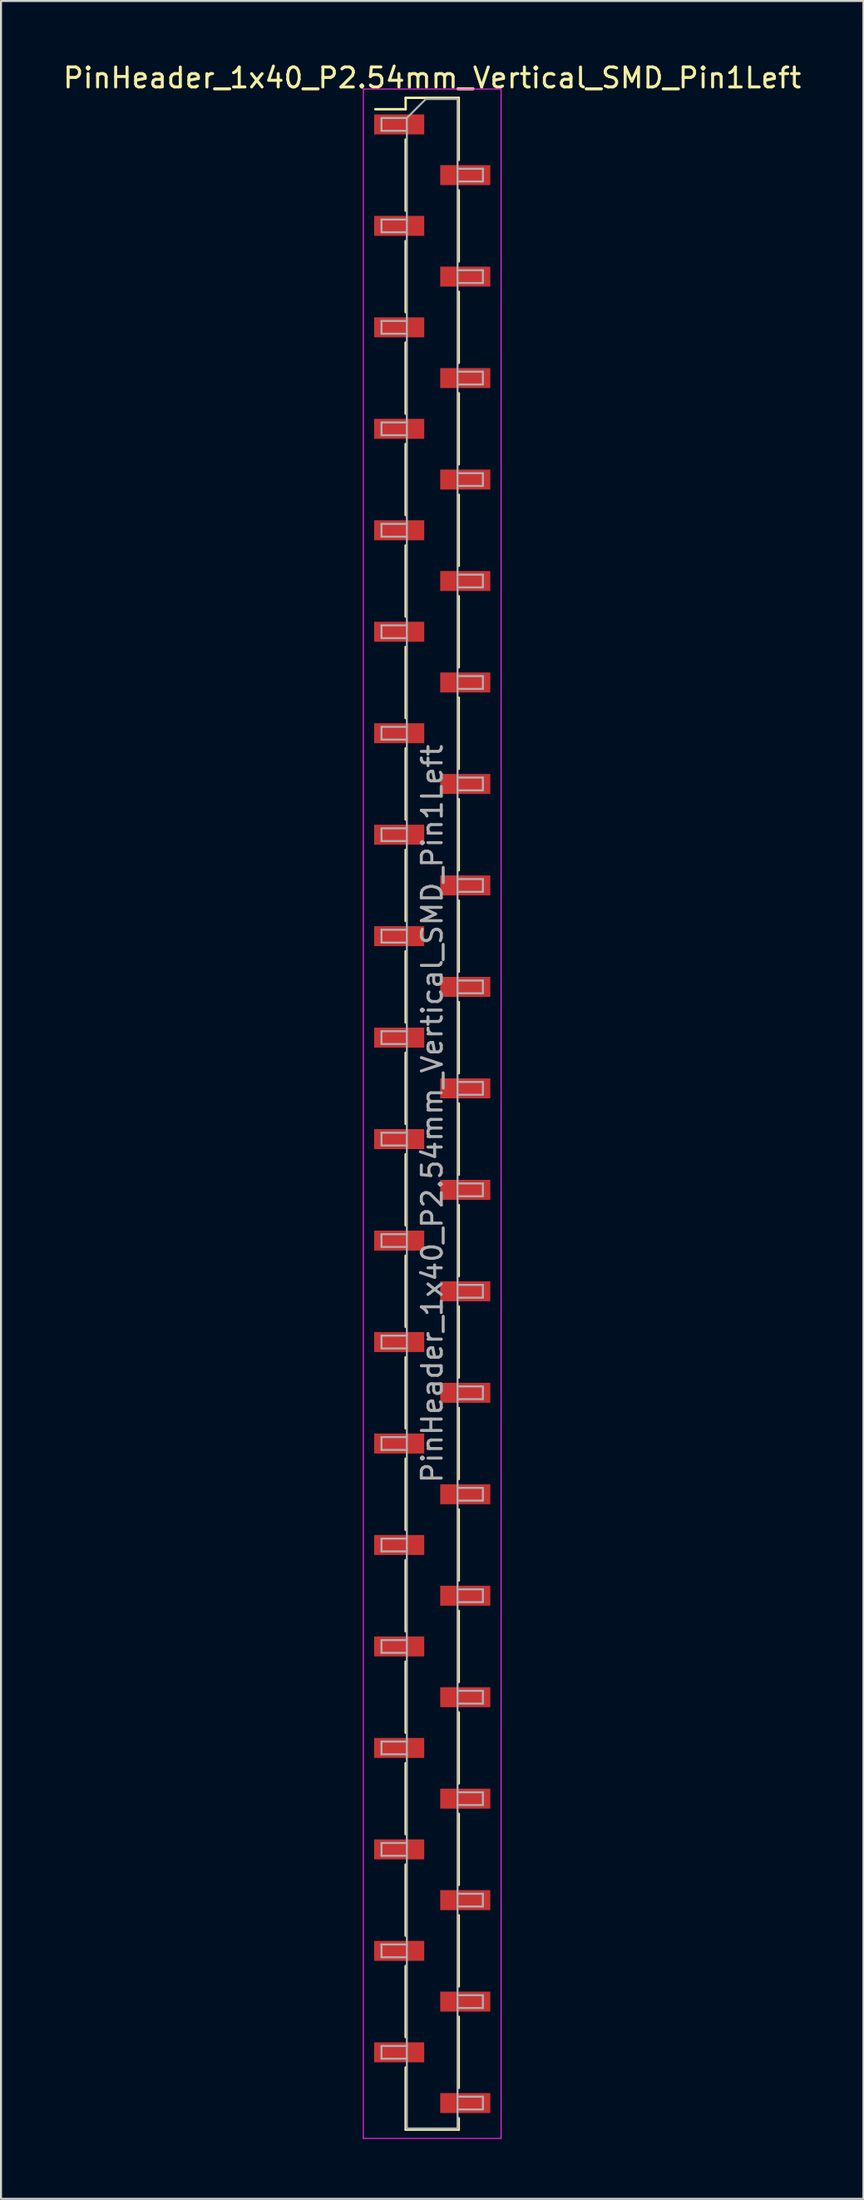
<source format=kicad_pcb>
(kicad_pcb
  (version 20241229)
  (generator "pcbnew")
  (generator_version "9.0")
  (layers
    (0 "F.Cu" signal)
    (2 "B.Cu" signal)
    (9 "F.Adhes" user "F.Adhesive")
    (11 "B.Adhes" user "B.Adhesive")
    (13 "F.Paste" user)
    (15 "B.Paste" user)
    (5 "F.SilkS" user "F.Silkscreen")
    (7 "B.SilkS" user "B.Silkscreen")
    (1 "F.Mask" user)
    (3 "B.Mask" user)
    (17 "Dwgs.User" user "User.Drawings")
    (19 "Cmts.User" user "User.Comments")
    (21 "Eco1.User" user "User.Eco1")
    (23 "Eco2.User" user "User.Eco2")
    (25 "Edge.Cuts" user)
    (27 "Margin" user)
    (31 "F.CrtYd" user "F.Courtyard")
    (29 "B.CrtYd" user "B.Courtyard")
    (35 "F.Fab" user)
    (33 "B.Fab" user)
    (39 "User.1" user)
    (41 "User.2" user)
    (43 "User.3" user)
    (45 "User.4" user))
  (footprint "PinHeader_1x40_P2.54mm_Vertical_SMD_Pin1Left"
    (layer "F.Cu")
    (at 18.601 52.708)
    (property "Reference" "PinHeader_1x40_P2.54mm_Vertical_SMD_Pin1Left" (at 0 -51.86 0) (layer "F.SilkS") (effects (font (size 1 1) (thickness 0.15))))
    (attr smd)
    (fp_line (start -1.33 -50.86) (end -1.33 -50.29) (stroke (width 0.12) (type solid)) (layer "F.SilkS"))
    (fp_line (start -1.33 -50.86) (end 1.33 -50.86) (stroke (width 0.12) (type solid)) (layer "F.SilkS"))
    (fp_line (start -1.33 -50.29) (end -2.85 -50.29) (stroke (width 0.12) (type solid)) (layer "F.SilkS"))
    (fp_line (start -1.33 -48.77) (end -1.33 -45.21) (stroke (width 0.12) (type solid)) (layer "F.SilkS"))
    (fp_line (start -1.33 -43.69) (end -1.33 -40.13) (stroke (width 0.12) (type solid)) (layer "F.SilkS"))
    (fp_line (start -1.33 -38.61) (end -1.33 -35.05) (stroke (width 0.12) (type solid)) (layer "F.SilkS"))
    (fp_line (start -1.33 -33.53) (end -1.33 -29.97) (stroke (width 0.12) (type solid)) (layer "F.SilkS"))
    (fp_line (start -1.33 -28.45) (end -1.33 -24.89) (stroke (width 0.12) (type solid)) (layer "F.SilkS"))
    (fp_line (start -1.33 -23.37) (end -1.33 -19.81) (stroke (width 0.12) (type solid)) (layer "F.SilkS"))
    (fp_line (start -1.33 -18.29) (end -1.33 -14.73) (stroke (width 0.12) (type solid)) (layer "F.SilkS"))
    (fp_line (start -1.33 -13.21) (end -1.33 -9.65) (stroke (width 0.12) (type solid)) (layer "F.SilkS"))
    (fp_line (start -1.33 -8.13) (end -1.33 -4.57) (stroke (width 0.12) (type solid)) (layer "F.SilkS"))
    (fp_line (start -1.33 -3.05) (end -1.33 0.51) (stroke (width 0.12) (type solid)) (layer "F.SilkS"))
    (fp_line (start -1.33 2.03) (end -1.33 5.59) (stroke (width 0.12) (type solid)) (layer "F.SilkS"))
    (fp_line (start -1.33 7.11) (end -1.33 10.67) (stroke (width 0.12) (type solid)) (layer "F.SilkS"))
    (fp_line (start -1.33 12.19) (end -1.33 15.75) (stroke (width 0.12) (type solid)) (layer "F.SilkS"))
    (fp_line (start -1.33 17.27) (end -1.33 20.83) (stroke (width 0.12) (type solid)) (layer "F.SilkS"))
    (fp_line (start -1.33 22.35) (end -1.33 25.91) (stroke (width 0.12) (type solid)) (layer "F.SilkS"))
    (fp_line (start -1.33 27.43) (end -1.33 30.99) (stroke (width 0.12) (type solid)) (layer "F.SilkS"))
    (fp_line (start -1.33 32.51) (end -1.33 36.07) (stroke (width 0.12) (type solid)) (layer "F.SilkS"))
    (fp_line (start -1.33 37.59) (end -1.33 41.15) (stroke (width 0.12) (type solid)) (layer "F.SilkS"))
    (fp_line (start -1.33 42.67) (end -1.33 46.23) (stroke (width 0.12) (type solid)) (layer "F.SilkS"))
    (fp_line (start -1.33 47.75) (end -1.33 50.86) (stroke (width 0.12) (type solid)) (layer "F.SilkS"))
    (fp_line (start -1.33 50.86) (end 1.33 50.86) (stroke (width 0.12) (type solid)) (layer "F.SilkS"))
    (fp_line (start 1.33 -50.86) (end 1.33 -47.75) (stroke (width 0.12) (type solid)) (layer "F.SilkS"))
    (fp_line (start 1.33 -46.23) (end 1.33 -42.67) (stroke (width 0.12) (type solid)) (layer "F.SilkS"))
    (fp_line (start 1.33 -41.15) (end 1.33 -37.59) (stroke (width 0.12) (type solid)) (layer "F.SilkS"))
    (fp_line (start 1.33 -36.07) (end 1.33 -32.51) (stroke (width 0.12) (type solid)) (layer "F.SilkS"))
    (fp_line (start 1.33 -30.99) (end 1.33 -27.43) (stroke (width 0.12) (type solid)) (layer "F.SilkS"))
    (fp_line (start 1.33 -25.91) (end 1.33 -22.35) (stroke (width 0.12) (type solid)) (layer "F.SilkS"))
    (fp_line (start 1.33 -20.83) (end 1.33 -17.27) (stroke (width 0.12) (type solid)) (layer "F.SilkS"))
    (fp_line (start 1.33 -15.75) (end 1.33 -12.19) (stroke (width 0.12) (type solid)) (layer "F.SilkS"))
    (fp_line (start 1.33 -10.67) (end 1.33 -7.11) (stroke (width 0.12) (type solid)) (layer "F.SilkS"))
    (fp_line (start 1.33 -5.59) (end 1.33 -2.03) (stroke (width 0.12) (type solid)) (layer "F.SilkS"))
    (fp_line (start 1.33 -0.51) (end 1.33 3.05) (stroke (width 0.12) (type solid)) (layer "F.SilkS"))
    (fp_line (start 1.33 4.57) (end 1.33 8.13) (stroke (width 0.12) (type solid)) (layer "F.SilkS"))
    (fp_line (start 1.33 9.65) (end 1.33 13.21) (stroke (width 0.12) (type solid)) (layer "F.SilkS"))
    (fp_line (start 1.33 14.73) (end 1.33 18.29) (stroke (width 0.12) (type solid)) (layer "F.SilkS"))
    (fp_line (start 1.33 19.81) (end 1.33 23.37) (stroke (width 0.12) (type solid)) (layer "F.SilkS"))
    (fp_line (start 1.33 24.89) (end 1.33 28.45) (stroke (width 0.12) (type solid)) (layer "F.SilkS"))
    (fp_line (start 1.33 29.97) (end 1.33 33.53) (stroke (width 0.12) (type solid)) (layer "F.SilkS"))
    (fp_line (start 1.33 35.05) (end 1.33 38.61) (stroke (width 0.12) (type solid)) (layer "F.SilkS"))
    (fp_line (start 1.33 40.13) (end 1.33 43.69) (stroke (width 0.12) (type solid)) (layer "F.SilkS"))
    (fp_line (start 1.33 45.21) (end 1.33 48.77) (stroke (width 0.12) (type solid)) (layer "F.SilkS"))
    (fp_line (start 1.33 50.29) (end 1.33 50.86) (stroke (width 0.12) (type solid)) (layer "F.SilkS"))
    (fp_line (start -3.45 -51.3) (end -3.45 51.3) (stroke (width 0.05) (type solid)) (layer "F.CrtYd"))
    (fp_line (start -3.45 51.3) (end 3.45 51.3) (stroke (width 0.05) (type solid)) (layer "F.CrtYd"))
    (fp_line (start 3.45 -51.3) (end -3.45 -51.3) (stroke (width 0.05) (type solid)) (layer "F.CrtYd"))
    (fp_line (start 3.45 51.3) (end 3.45 -51.3) (stroke (width 0.05) (type solid)) (layer "F.CrtYd"))
    (fp_line (start -2.54 -49.85) (end -2.54 -49.21) (stroke (width 0.1) (type solid)) (layer "F.Fab"))
    (fp_line (start -2.54 -49.21) (end -1.27 -49.21) (stroke (width 0.1) (type solid)) (layer "F.Fab"))
    (fp_line (start -2.54 -44.77) (end -2.54 -44.13) (stroke (width 0.1) (type solid)) (layer "F.Fab"))
    (fp_line (start -2.54 -44.13) (end -1.27 -44.13) (stroke (width 0.1) (type solid)) (layer "F.Fab"))
    (fp_line (start -2.54 -39.69) (end -2.54 -39.05) (stroke (width 0.1) (type solid)) (layer "F.Fab"))
    (fp_line (start -2.54 -39.05) (end -1.27 -39.05) (stroke (width 0.1) (type solid)) (layer "F.Fab"))
    (fp_line (start -2.54 -34.61) (end -2.54 -33.97) (stroke (width 0.1) (type solid)) (layer "F.Fab"))
    (fp_line (start -2.54 -33.97) (end -1.27 -33.97) (stroke (width 0.1) (type solid)) (layer "F.Fab"))
    (fp_line (start -2.54 -29.53) (end -2.54 -28.89) (stroke (width 0.1) (type solid)) (layer "F.Fab"))
    (fp_line (start -2.54 -28.89) (end -1.27 -28.89) (stroke (width 0.1) (type solid)) (layer "F.Fab"))
    (fp_line (start -2.54 -24.45) (end -2.54 -23.81) (stroke (width 0.1) (type solid)) (layer "F.Fab"))
    (fp_line (start -2.54 -23.81) (end -1.27 -23.81) (stroke (width 0.1) (type solid)) (layer "F.Fab"))
    (fp_line (start -2.54 -19.37) (end -2.54 -18.73) (stroke (width 0.1) (type solid)) (layer "F.Fab"))
    (fp_line (start -2.54 -18.73) (end -1.27 -18.73) (stroke (width 0.1) (type solid)) (layer "F.Fab"))
    (fp_line (start -2.54 -14.29) (end -2.54 -13.65) (stroke (width 0.1) (type solid)) (layer "F.Fab"))
    (fp_line (start -2.54 -13.65) (end -1.27 -13.65) (stroke (width 0.1) (type solid)) (layer "F.Fab"))
    (fp_line (start -2.54 -9.21) (end -2.54 -8.57) (stroke (width 0.1) (type solid)) (layer "F.Fab"))
    (fp_line (start -2.54 -8.57) (end -1.27 -8.57) (stroke (width 0.1) (type solid)) (layer "F.Fab"))
    (fp_line (start -2.54 -4.13) (end -2.54 -3.49) (stroke (width 0.1) (type solid)) (layer "F.Fab"))
    (fp_line (start -2.54 -3.49) (end -1.27 -3.49) (stroke (width 0.1) (type solid)) (layer "F.Fab"))
    (fp_line (start -2.54 0.95) (end -2.54 1.59) (stroke (width 0.1) (type solid)) (layer "F.Fab"))
    (fp_line (start -2.54 1.59) (end -1.27 1.59) (stroke (width 0.1) (type solid)) (layer "F.Fab"))
    (fp_line (start -2.54 6.03) (end -2.54 6.67) (stroke (width 0.1) (type solid)) (layer "F.Fab"))
    (fp_line (start -2.54 6.67) (end -1.27 6.67) (stroke (width 0.1) (type solid)) (layer "F.Fab"))
    (fp_line (start -2.54 11.11) (end -2.54 11.75) (stroke (width 0.1) (type solid)) (layer "F.Fab"))
    (fp_line (start -2.54 11.75) (end -1.27 11.75) (stroke (width 0.1) (type solid)) (layer "F.Fab"))
    (fp_line (start -2.54 16.19) (end -2.54 16.83) (stroke (width 0.1) (type solid)) (layer "F.Fab"))
    (fp_line (start -2.54 16.83) (end -1.27 16.83) (stroke (width 0.1) (type solid)) (layer "F.Fab"))
    (fp_line (start -2.54 21.27) (end -2.54 21.91) (stroke (width 0.1) (type solid)) (layer "F.Fab"))
    (fp_line (start -2.54 21.91) (end -1.27 21.91) (stroke (width 0.1) (type solid)) (layer "F.Fab"))
    (fp_line (start -2.54 26.35) (end -2.54 26.99) (stroke (width 0.1) (type solid)) (layer "F.Fab"))
    (fp_line (start -2.54 26.99) (end -1.27 26.99) (stroke (width 0.1) (type solid)) (layer "F.Fab"))
    (fp_line (start -2.54 31.43) (end -2.54 32.07) (stroke (width 0.1) (type solid)) (layer "F.Fab"))
    (fp_line (start -2.54 32.07) (end -1.27 32.07) (stroke (width 0.1) (type solid)) (layer "F.Fab"))
    (fp_line (start -2.54 36.51) (end -2.54 37.15) (stroke (width 0.1) (type solid)) (layer "F.Fab"))
    (fp_line (start -2.54 37.15) (end -1.27 37.15) (stroke (width 0.1) (type solid)) (layer "F.Fab"))
    (fp_line (start -2.54 41.59) (end -2.54 42.23) (stroke (width 0.1) (type solid)) (layer "F.Fab"))
    (fp_line (start -2.54 42.23) (end -1.27 42.23) (stroke (width 0.1) (type solid)) (layer "F.Fab"))
    (fp_line (start -2.54 46.67) (end -2.54 47.31) (stroke (width 0.1) (type solid)) (layer "F.Fab"))
    (fp_line (start -2.54 47.31) (end -1.27 47.31) (stroke (width 0.1) (type solid)) (layer "F.Fab"))
    (fp_line (start -1.27 -49.85) (end -2.54 -49.85) (stroke (width 0.1) (type solid)) (layer "F.Fab"))
    (fp_line (start -1.27 -49.85) (end -0.32 -50.8) (stroke (width 0.1) (type solid)) (layer "F.Fab"))
    (fp_line (start -1.27 -44.77) (end -2.54 -44.77) (stroke (width 0.1) (type solid)) (layer "F.Fab"))
    (fp_line (start -1.27 -39.69) (end -2.54 -39.69) (stroke (width 0.1) (type solid)) (layer "F.Fab"))
    (fp_line (start -1.27 -34.61) (end -2.54 -34.61) (stroke (width 0.1) (type solid)) (layer "F.Fab"))
    (fp_line (start -1.27 -29.53) (end -2.54 -29.53) (stroke (width 0.1) (type solid)) (layer "F.Fab"))
    (fp_line (start -1.27 -24.45) (end -2.54 -24.45) (stroke (width 0.1) (type solid)) (layer "F.Fab"))
    (fp_line (start -1.27 -19.37) (end -2.54 -19.37) (stroke (width 0.1) (type solid)) (layer "F.Fab"))
    (fp_line (start -1.27 -14.29) (end -2.54 -14.29) (stroke (width 0.1) (type solid)) (layer "F.Fab"))
    (fp_line (start -1.27 -9.21) (end -2.54 -9.21) (stroke (width 0.1) (type solid)) (layer "F.Fab"))
    (fp_line (start -1.27 -4.13) (end -2.54 -4.13) (stroke (width 0.1) (type solid)) (layer "F.Fab"))
    (fp_line (start -1.27 0.95) (end -2.54 0.95) (stroke (width 0.1) (type solid)) (layer "F.Fab"))
    (fp_line (start -1.27 6.03) (end -2.54 6.03) (stroke (width 0.1) (type solid)) (layer "F.Fab"))
    (fp_line (start -1.27 11.11) (end -2.54 11.11) (stroke (width 0.1) (type solid)) (layer "F.Fab"))
    (fp_line (start -1.27 16.19) (end -2.54 16.19) (stroke (width 0.1) (type solid)) (layer "F.Fab"))
    (fp_line (start -1.27 21.27) (end -2.54 21.27) (stroke (width 0.1) (type solid)) (layer "F.Fab"))
    (fp_line (start -1.27 26.35) (end -2.54 26.35) (stroke (width 0.1) (type solid)) (layer "F.Fab"))
    (fp_line (start -1.27 31.43) (end -2.54 31.43) (stroke (width 0.1) (type solid)) (layer "F.Fab"))
    (fp_line (start -1.27 36.51) (end -2.54 36.51) (stroke (width 0.1) (type solid)) (layer "F.Fab"))
    (fp_line (start -1.27 41.59) (end -2.54 41.59) (stroke (width 0.1) (type solid)) (layer "F.Fab"))
    (fp_line (start -1.27 46.67) (end -2.54 46.67) (stroke (width 0.1) (type solid)) (layer "F.Fab"))
    (fp_line (start -1.27 50.8) (end -1.27 -49.85) (stroke (width 0.1) (type solid)) (layer "F.Fab"))
    (fp_line (start -0.32 -50.8) (end 1.27 -50.8) (stroke (width 0.1) (type solid)) (layer "F.Fab"))
    (fp_line (start 1.27 -50.8) (end 1.27 50.8) (stroke (width 0.1) (type solid)) (layer "F.Fab"))
    (fp_line (start 1.27 -47.31) (end 2.54 -47.31) (stroke (width 0.1) (type solid)) (layer "F.Fab"))
    (fp_line (start 1.27 -42.23) (end 2.54 -42.23) (stroke (width 0.1) (type solid)) (layer "F.Fab"))
    (fp_line (start 1.27 -37.15) (end 2.54 -37.15) (stroke (width 0.1) (type solid)) (layer "F.Fab"))
    (fp_line (start 1.27 -32.07) (end 2.54 -32.07) (stroke (width 0.1) (type solid)) (layer "F.Fab"))
    (fp_line (start 1.27 -26.99) (end 2.54 -26.99) (stroke (width 0.1) (type solid)) (layer "F.Fab"))
    (fp_line (start 1.27 -21.91) (end 2.54 -21.91) (stroke (width 0.1) (type solid)) (layer "F.Fab"))
    (fp_line (start 1.27 -16.83) (end 2.54 -16.83) (stroke (width 0.1) (type solid)) (layer "F.Fab"))
    (fp_line (start 1.27 -11.75) (end 2.54 -11.75) (stroke (width 0.1) (type solid)) (layer "F.Fab"))
    (fp_line (start 1.27 -6.67) (end 2.54 -6.67) (stroke (width 0.1) (type solid)) (layer "F.Fab"))
    (fp_line (start 1.27 -1.59) (end 2.54 -1.59) (stroke (width 0.1) (type solid)) (layer "F.Fab"))
    (fp_line (start 1.27 3.49) (end 2.54 3.49) (stroke (width 0.1) (type solid)) (layer "F.Fab"))
    (fp_line (start 1.27 8.57) (end 2.54 8.57) (stroke (width 0.1) (type solid)) (layer "F.Fab"))
    (fp_line (start 1.27 13.65) (end 2.54 13.65) (stroke (width 0.1) (type solid)) (layer "F.Fab"))
    (fp_line (start 1.27 18.73) (end 2.54 18.73) (stroke (width 0.1) (type solid)) (layer "F.Fab"))
    (fp_line (start 1.27 23.81) (end 2.54 23.81) (stroke (width 0.1) (type solid)) (layer "F.Fab"))
    (fp_line (start 1.27 28.89) (end 2.54 28.89) (stroke (width 0.1) (type solid)) (layer "F.Fab"))
    (fp_line (start 1.27 33.97) (end 2.54 33.97) (stroke (width 0.1) (type solid)) (layer "F.Fab"))
    (fp_line (start 1.27 39.05) (end 2.54 39.05) (stroke (width 0.1) (type solid)) (layer "F.Fab"))
    (fp_line (start 1.27 44.13) (end 2.54 44.13) (stroke (width 0.1) (type solid)) (layer "F.Fab"))
    (fp_line (start 1.27 49.21) (end 2.54 49.21) (stroke (width 0.1) (type solid)) (layer "F.Fab"))
    (fp_line (start 1.27 50.8) (end -1.27 50.8) (stroke (width 0.1) (type solid)) (layer "F.Fab"))
    (fp_line (start 2.54 -47.31) (end 2.54 -46.67) (stroke (width 0.1) (type solid)) (layer "F.Fab"))
    (fp_line (start 2.54 -46.67) (end 1.27 -46.67) (stroke (width 0.1) (type solid)) (layer "F.Fab"))
    (fp_line (start 2.54 -42.23) (end 2.54 -41.59) (stroke (width 0.1) (type solid)) (layer "F.Fab"))
    (fp_line (start 2.54 -41.59) (end 1.27 -41.59) (stroke (width 0.1) (type solid)) (layer "F.Fab"))
    (fp_line (start 2.54 -37.15) (end 2.54 -36.51) (stroke (width 0.1) (type solid)) (layer "F.Fab"))
    (fp_line (start 2.54 -36.51) (end 1.27 -36.51) (stroke (width 0.1) (type solid)) (layer "F.Fab"))
    (fp_line (start 2.54 -32.07) (end 2.54 -31.43) (stroke (width 0.1) (type solid)) (layer "F.Fab"))
    (fp_line (start 2.54 -31.43) (end 1.27 -31.43) (stroke (width 0.1) (type solid)) (layer "F.Fab"))
    (fp_line (start 2.54 -26.99) (end 2.54 -26.35) (stroke (width 0.1) (type solid)) (layer "F.Fab"))
    (fp_line (start 2.54 -26.35) (end 1.27 -26.35) (stroke (width 0.1) (type solid)) (layer "F.Fab"))
    (fp_line (start 2.54 -21.91) (end 2.54 -21.27) (stroke (width 0.1) (type solid)) (layer "F.Fab"))
    (fp_line (start 2.54 -21.27) (end 1.27 -21.27) (stroke (width 0.1) (type solid)) (layer "F.Fab"))
    (fp_line (start 2.54 -16.83) (end 2.54 -16.19) (stroke (width 0.1) (type solid)) (layer "F.Fab"))
    (fp_line (start 2.54 -16.19) (end 1.27 -16.19) (stroke (width 0.1) (type solid)) (layer "F.Fab"))
    (fp_line (start 2.54 -11.75) (end 2.54 -11.11) (stroke (width 0.1) (type solid)) (layer "F.Fab"))
    (fp_line (start 2.54 -11.11) (end 1.27 -11.11) (stroke (width 0.1) (type solid)) (layer "F.Fab"))
    (fp_line (start 2.54 -6.67) (end 2.54 -6.03) (stroke (width 0.1) (type solid)) (layer "F.Fab"))
    (fp_line (start 2.54 -6.03) (end 1.27 -6.03) (stroke (width 0.1) (type solid)) (layer "F.Fab"))
    (fp_line (start 2.54 -1.59) (end 2.54 -0.95) (stroke (width 0.1) (type solid)) (layer "F.Fab"))
    (fp_line (start 2.54 -0.95) (end 1.27 -0.95) (stroke (width 0.1) (type solid)) (layer "F.Fab"))
    (fp_line (start 2.54 3.49) (end 2.54 4.13) (stroke (width 0.1) (type solid)) (layer "F.Fab"))
    (fp_line (start 2.54 4.13) (end 1.27 4.13) (stroke (width 0.1) (type solid)) (layer "F.Fab"))
    (fp_line (start 2.54 8.57) (end 2.54 9.21) (stroke (width 0.1) (type solid)) (layer "F.Fab"))
    (fp_line (start 2.54 9.21) (end 1.27 9.21) (stroke (width 0.1) (type solid)) (layer "F.Fab"))
    (fp_line (start 2.54 13.65) (end 2.54 14.29) (stroke (width 0.1) (type solid)) (layer "F.Fab"))
    (fp_line (start 2.54 14.29) (end 1.27 14.29) (stroke (width 0.1) (type solid)) (layer "F.Fab"))
    (fp_line (start 2.54 18.73) (end 2.54 19.37) (stroke (width 0.1) (type solid)) (layer "F.Fab"))
    (fp_line (start 2.54 19.37) (end 1.27 19.37) (stroke (width 0.1) (type solid)) (layer "F.Fab"))
    (fp_line (start 2.54 23.81) (end 2.54 24.45) (stroke (width 0.1) (type solid)) (layer "F.Fab"))
    (fp_line (start 2.54 24.45) (end 1.27 24.45) (stroke (width 0.1) (type solid)) (layer "F.Fab"))
    (fp_line (start 2.54 28.89) (end 2.54 29.53) (stroke (width 0.1) (type solid)) (layer "F.Fab"))
    (fp_line (start 2.54 29.53) (end 1.27 29.53) (stroke (width 0.1) (type solid)) (layer "F.Fab"))
    (fp_line (start 2.54 33.97) (end 2.54 34.61) (stroke (width 0.1) (type solid)) (layer "F.Fab"))
    (fp_line (start 2.54 34.61) (end 1.27 34.61) (stroke (width 0.1) (type solid)) (layer "F.Fab"))
    (fp_line (start 2.54 39.05) (end 2.54 39.69) (stroke (width 0.1) (type solid)) (layer "F.Fab"))
    (fp_line (start 2.54 39.69) (end 1.27 39.69) (stroke (width 0.1) (type solid)) (layer "F.Fab"))
    (fp_line (start 2.54 44.13) (end 2.54 44.77) (stroke (width 0.1) (type solid)) (layer "F.Fab"))
    (fp_line (start 2.54 44.77) (end 1.27 44.77) (stroke (width 0.1) (type solid)) (layer "F.Fab"))
    (fp_line (start 2.54 49.21) (end 2.54 49.85) (stroke (width 0.1) (type solid)) (layer "F.Fab"))
    (fp_line (start 2.54 49.85) (end 1.27 49.85) (stroke (width 0.1) (type solid)) (layer "F.Fab"))
    (fp_text user "${REFERENCE}" (at 0 0 90) (layer "F.Fab") (effects (font (size 1 1) (thickness 0.15))))
    (pad "1" smd rect (at -1.655 -49.53) (size 2.51 1) (layers "F.Cu" "F.Mask" "F.Paste"))
    (pad "2" smd rect (at 1.655 -46.99) (size 2.51 1) (layers "F.Cu" "F.Mask" "F.Paste"))
    (pad "3" smd rect (at -1.655 -44.45) (size 2.51 1) (layers "F.Cu" "F.Mask" "F.Paste"))
    (pad "4" smd rect (at 1.655 -41.91) (size 2.51 1) (layers "F.Cu" "F.Mask" "F.Paste"))
    (pad "5" smd rect (at -1.655 -39.37) (size 2.51 1) (layers "F.Cu" "F.Mask" "F.Paste"))
    (pad "6" smd rect (at 1.655 -36.83) (size 2.51 1) (layers "F.Cu" "F.Mask" "F.Paste"))
    (pad "7" smd rect (at -1.655 -34.29) (size 2.51 1) (layers "F.Cu" "F.Mask" "F.Paste"))
    (pad "8" smd rect (at 1.655 -31.75) (size 2.51 1) (layers "F.Cu" "F.Mask" "F.Paste"))
    (pad "9" smd rect (at -1.655 -29.21) (size 2.51 1) (layers "F.Cu" "F.Mask" "F.Paste"))
    (pad "10" smd rect (at 1.655 -26.67) (size 2.51 1) (layers "F.Cu" "F.Mask" "F.Paste"))
    (pad "11" smd rect (at -1.655 -24.13) (size 2.51 1) (layers "F.Cu" "F.Mask" "F.Paste"))
    (pad "12" smd rect (at 1.655 -21.59) (size 2.51 1) (layers "F.Cu" "F.Mask" "F.Paste"))
    (pad "13" smd rect (at -1.655 -19.05) (size 2.51 1) (layers "F.Cu" "F.Mask" "F.Paste"))
    (pad "14" smd rect (at 1.655 -16.51) (size 2.51 1) (layers "F.Cu" "F.Mask" "F.Paste"))
    (pad "15" smd rect (at -1.655 -13.97) (size 2.51 1) (layers "F.Cu" "F.Mask" "F.Paste"))
    (pad "16" smd rect (at 1.655 -11.43) (size 2.51 1) (layers "F.Cu" "F.Mask" "F.Paste"))
    (pad "17" smd rect (at -1.655 -8.89) (size 2.51 1) (layers "F.Cu" "F.Mask" "F.Paste"))
    (pad "18" smd rect (at 1.655 -6.35) (size 2.51 1) (layers "F.Cu" "F.Mask" "F.Paste"))
    (pad "19" smd rect (at -1.655 -3.81) (size 2.51 1) (layers "F.Cu" "F.Mask" "F.Paste"))
    (pad "20" smd rect (at 1.655 -1.27) (size 2.51 1) (layers "F.Cu" "F.Mask" "F.Paste"))
    (pad "21" smd rect (at -1.655 1.27) (size 2.51 1) (layers "F.Cu" "F.Mask" "F.Paste"))
    (pad "22" smd rect (at 1.655 3.81) (size 2.51 1) (layers "F.Cu" "F.Mask" "F.Paste"))
    (pad "23" smd rect (at -1.655 6.35) (size 2.51 1) (layers "F.Cu" "F.Mask" "F.Paste"))
    (pad "24" smd rect (at 1.655 8.89) (size 2.51 1) (layers "F.Cu" "F.Mask" "F.Paste"))
    (pad "25" smd rect (at -1.655 11.43) (size 2.51 1) (layers "F.Cu" "F.Mask" "F.Paste"))
    (pad "26" smd rect (at 1.655 13.97) (size 2.51 1) (layers "F.Cu" "F.Mask" "F.Paste"))
    (pad "27" smd rect (at -1.655 16.51) (size 2.51 1) (layers "F.Cu" "F.Mask" "F.Paste"))
    (pad "28" smd rect (at 1.655 19.05) (size 2.51 1) (layers "F.Cu" "F.Mask" "F.Paste"))
    (pad "29" smd rect (at -1.655 21.59) (size 2.51 1) (layers "F.Cu" "F.Mask" "F.Paste"))
    (pad "30" smd rect (at 1.655 24.13) (size 2.51 1) (layers "F.Cu" "F.Mask" "F.Paste"))
    (pad "31" smd rect (at -1.655 26.67) (size 2.51 1) (layers "F.Cu" "F.Mask" "F.Paste"))
    (pad "32" smd rect (at 1.655 29.21) (size 2.51 1) (layers "F.Cu" "F.Mask" "F.Paste"))
    (pad "33" smd rect (at -1.655 31.75) (size 2.51 1) (layers "F.Cu" "F.Mask" "F.Paste"))
    (pad "34" smd rect (at 1.655 34.29) (size 2.51 1) (layers "F.Cu" "F.Mask" "F.Paste"))
    (pad "35" smd rect (at -1.655 36.83) (size 2.51 1) (layers "F.Cu" "F.Mask" "F.Paste"))
    (pad "36" smd rect (at 1.655 39.37) (size 2.51 1) (layers "F.Cu" "F.Mask" "F.Paste"))
    (pad "37" smd rect (at -1.655 41.91) (size 2.51 1) (layers "F.Cu" "F.Mask" "F.Paste"))
    (pad "38" smd rect (at 1.655 44.45) (size 2.51 1) (layers "F.Cu" "F.Mask" "F.Paste"))
    (pad "39" smd rect (at -1.655 46.99) (size 2.51 1) (layers "F.Cu" "F.Mask" "F.Paste"))
    (pad "40" smd rect (at 1.655 49.53) (size 2.51 1) (layers "F.Cu" "F.Mask" "F.Paste")))
  (gr_rect
    (start -3 -3)
    (end 40.202 107.033)
    (stroke (width 0.1) (type default))
    (fill no)
    (layer "Edge.Cuts")))
</source>
